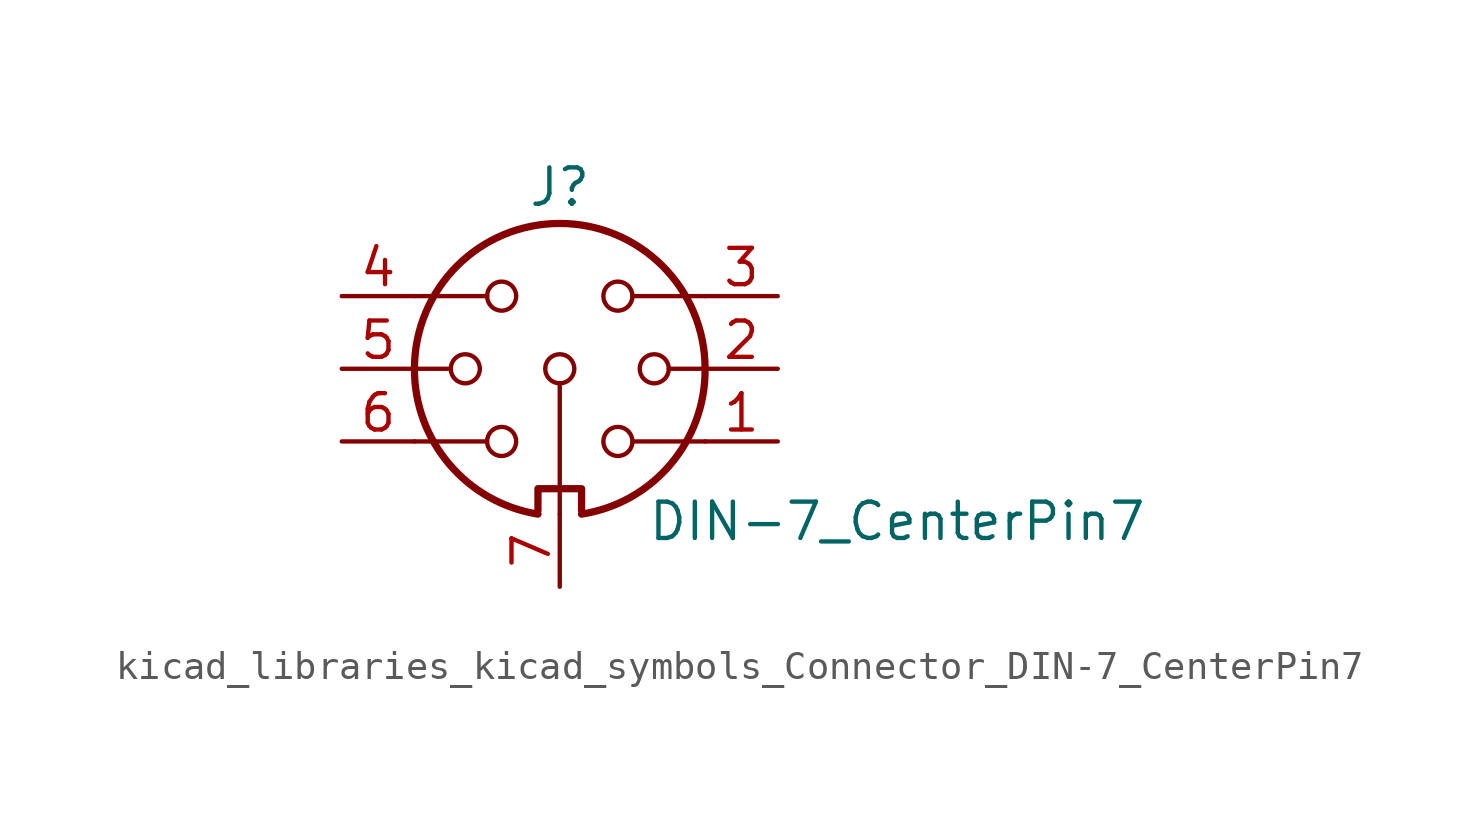
<source format=kicad_sym>
(kicad_symbol_lib
  (version 20220914)
  (generator kicad_symbol_editor)
  (symbol "kicad_libraries_kicad_symbols_Connector_DIN-7_CenterPin7"
    (pin_names
      (offset 1.016))
    (property "Reference" "J"
      (at 0 6.35 0)
      (effects (font (size 1.27 1.27))))
    (property "Value" "DIN-7_CenterPin7"
      (at 3.048 -5.334 0)
      (effects (font (size 1.27 1.27)) (justify left)))
    (symbol "kicad_libraries_kicad_symbols_Connector_DIN-7_CenterPin7_0_1"
      (arc (start -5.08 0) (mid -3.8609 -3.3364) (end -0.762 -5.08) (stroke (width 0.254) (type default)) (fill (type none)))
      (circle (center -3.302 0) (radius 0.508) (stroke (width 0) (type default)) (fill (type none)))
      (circle (center -2.032 -2.54) (radius 0.508) (stroke (width 0) (type default)) (fill (type none)))
      (circle (center -2.032 2.54) (radius 0.508) (stroke (width 0) (type default)) (fill (type none)))
      (polyline (pts (xy -5.08 0) (xy -3.81 0)) (stroke (width 0) (type default)) (fill (type none)))
      (polyline (pts (xy 0 -0.508) (xy 0 -5.08)) (stroke (width 0) (type default)) (fill (type none)))
      (polyline (pts (xy 5.08 0) (xy 3.81 0)) (stroke (width 0) (type default)) (fill (type none)))
      (polyline (pts (xy -5.08 -2.54) (xy -4.318 -2.54) (xy -2.54 -2.54)) (stroke (width 0) (type default)) (fill (type none)))
      (polyline (pts (xy -5.08 2.54) (xy -4.318 2.54) (xy -2.54 2.54)) (stroke (width 0) (type default)) (fill (type none)))
      (polyline (pts (xy 5.08 -2.54) (xy 4.318 -2.54) (xy 2.54 -2.54)) (stroke (width 0) (type default)) (fill (type none)))
      (polyline (pts (xy 5.08 2.54) (xy 4.318 2.54) (xy 2.54 2.54)) (stroke (width 0) (type default)) (fill (type none)))
      (polyline (pts (xy -0.762 -4.953) (xy -0.762 -4.191) (xy 0.762 -4.191) (xy 0.762 -4.953)) (stroke (width 0.254) (type default)) (fill (type none)))
      (circle (center 0 0) (radius 0.508) (stroke (width 0) (type default)) (fill (type none)))
      (arc (start 0.762 -5.08) (mid 3.8685 -3.343) (end 5.08 0) (stroke (width 0.254) (type default)) (fill (type none)))
      (circle (center 2.032 -2.54) (radius 0.508) (stroke (width 0) (type default)) (fill (type none)))
      (circle (center 2.032 2.54) (radius 0.508) (stroke (width 0) (type default)) (fill (type none)))
      (circle (center 3.302 0) (radius 0.508) (stroke (width 0) (type default)) (fill (type none)))
      (arc (start 5.08 0) (mid 0 5.0579) (end -5.08 0) (stroke (width 0.254) (type default)) (fill (type none))))
    (symbol "kicad_libraries_kicad_symbols_Connector_DIN-7_CenterPin7_1_1"
      (pin passive line (at 7.62 -2.54 180) (length 2.54) (name "~" (effects (font (size 1.27 1.27)))) (number "1" (effects (font (size 1.27 1.27)))))
      (pin passive line (at 7.62 0 180) (length 2.54) (name "~" (effects (font (size 1.27 1.27)))) (number "2" (effects (font (size 1.27 1.27)))))
      (pin passive line (at 7.62 2.54 180) (length 2.54) (name "~" (effects (font (size 1.27 1.27)))) (number "3" (effects (font (size 1.27 1.27)))))
      (pin passive line (at -7.62 2.54 0) (length 2.54) (name "~" (effects (font (size 1.27 1.27)))) (number "4" (effects (font (size 1.27 1.27)))))
      (pin passive line (at -7.62 0 0) (length 2.54) (name "~" (effects (font (size 1.27 1.27)))) (number "5" (effects (font (size 1.27 1.27)))))
      (pin passive line (at -7.62 -2.54 0) (length 2.54) (name "~" (effects (font (size 1.27 1.27)))) (number "6" (effects (font (size 1.27 1.27)))))
      (pin passive line (at 0 -7.62 90) (length 2.54) (name "~" (effects (font (size 1.27 1.27)))) (number "7" (effects (font (size 1.27 1.27))))))))
</source>
